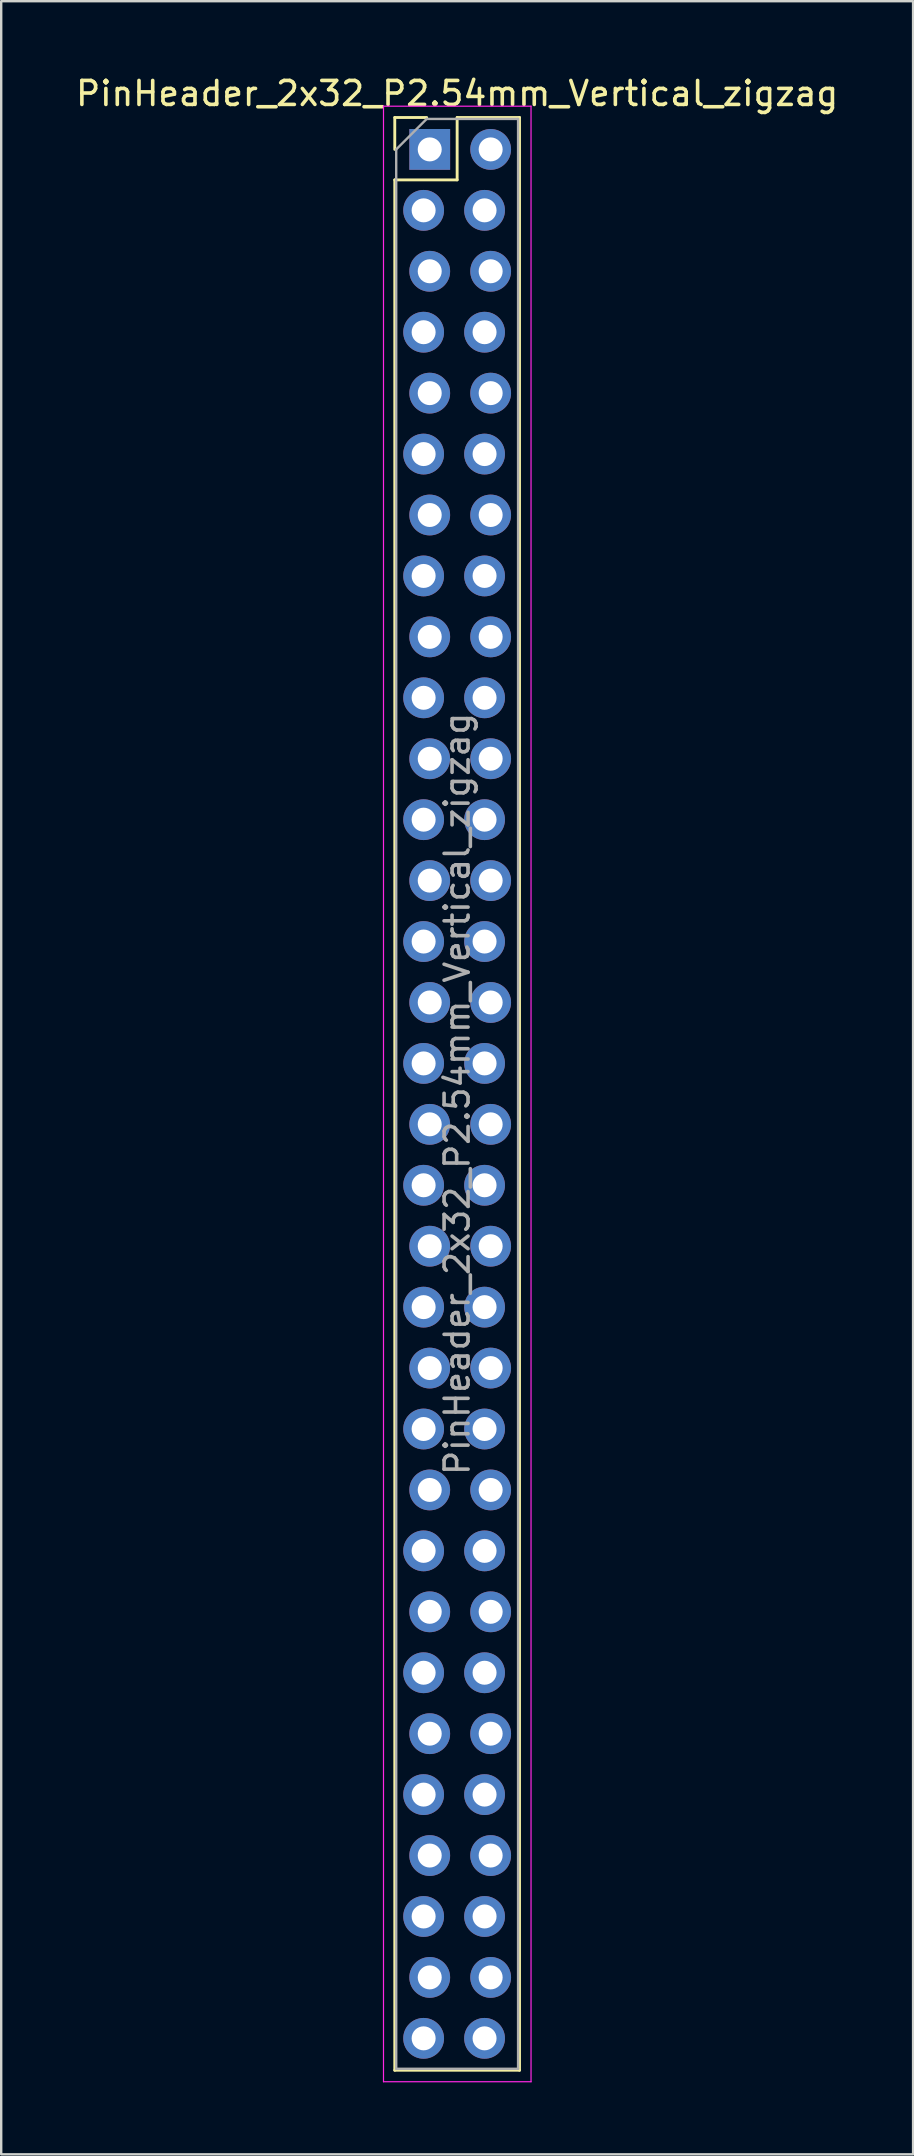
<source format=kicad_pcb>
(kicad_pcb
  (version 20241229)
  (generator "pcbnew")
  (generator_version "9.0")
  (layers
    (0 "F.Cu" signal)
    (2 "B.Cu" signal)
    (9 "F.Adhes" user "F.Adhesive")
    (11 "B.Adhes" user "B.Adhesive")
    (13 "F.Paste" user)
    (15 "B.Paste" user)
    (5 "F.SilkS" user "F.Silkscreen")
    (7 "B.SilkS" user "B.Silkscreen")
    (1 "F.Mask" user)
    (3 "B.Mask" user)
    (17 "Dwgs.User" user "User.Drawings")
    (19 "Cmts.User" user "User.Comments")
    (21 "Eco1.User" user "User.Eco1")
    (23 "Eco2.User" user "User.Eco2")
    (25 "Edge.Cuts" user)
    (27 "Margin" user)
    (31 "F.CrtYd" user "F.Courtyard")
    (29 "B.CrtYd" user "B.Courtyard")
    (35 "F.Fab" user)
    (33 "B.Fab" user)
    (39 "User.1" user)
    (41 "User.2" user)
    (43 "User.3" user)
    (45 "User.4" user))
  (footprint "PinHeader_2x32_P2.54mm_Vertical_zigzag"
    (layer "F.Cu")
    (at 14.736 3.178)
    (property "Reference" "PinHeader_2x32_P2.54mm_Vertical_zigzag" (at 1.27 -2.33 0) (layer "F.SilkS") (effects (font (size 1 1) (thickness 0.15))))
    (attr through_hole)
    (fp_line (start -1.33 -1.33) (end 0 -1.33) (stroke (width 0.12) (type solid)) (layer "F.SilkS"))
    (fp_line (start -1.33 0) (end -1.33 -1.33) (stroke (width 0.12) (type solid)) (layer "F.SilkS"))
    (fp_line (start -1.33 1.27) (end -1.33 80.07) (stroke (width 0.12) (type solid)) (layer "F.SilkS"))
    (fp_line (start -1.33 1.27) (end 1.27 1.27) (stroke (width 0.12) (type solid)) (layer "F.SilkS"))
    (fp_line (start -1.33 80.07) (end 3.87 80.07) (stroke (width 0.12) (type solid)) (layer "F.SilkS"))
    (fp_line (start 1.27 -1.33) (end 3.87 -1.33) (stroke (width 0.12) (type solid)) (layer "F.SilkS"))
    (fp_line (start 1.27 1.27) (end 1.27 -1.33) (stroke (width 0.12) (type solid)) (layer "F.SilkS"))
    (fp_line (start 3.87 -1.33) (end 3.87 80.07) (stroke (width 0.12) (type solid)) (layer "F.SilkS"))
    (fp_line (start -1.8 -1.8) (end -1.8 80.55) (stroke (width 0.05) (type solid)) (layer "F.CrtYd"))
    (fp_line (start -1.8 80.55) (end 4.35 80.55) (stroke (width 0.05) (type solid)) (layer "F.CrtYd"))
    (fp_line (start 4.35 -1.8) (end -1.8 -1.8) (stroke (width 0.05) (type solid)) (layer "F.CrtYd"))
    (fp_line (start 4.35 80.55) (end 4.35 -1.8) (stroke (width 0.05) (type solid)) (layer "F.CrtYd"))
    (fp_line (start -1.27 0) (end 0 -1.27) (stroke (width 0.1) (type solid)) (layer "F.Fab"))
    (fp_line (start -1.27 80.01) (end -1.27 0) (stroke (width 0.1) (type solid)) (layer "F.Fab"))
    (fp_line (start 0 -1.27) (end 3.81 -1.27) (stroke (width 0.1) (type solid)) (layer "F.Fab"))
    (fp_line (start 3.81 -1.27) (end 3.81 80.01) (stroke (width 0.1) (type solid)) (layer "F.Fab"))
    (fp_line (start 3.81 80.01) (end -1.27 80.01) (stroke (width 0.1) (type solid)) (layer "F.Fab"))
    (fp_text user "${REFERENCE}" (at 1.27 39.37 90) (layer "F.Fab") (effects (font (size 1 1) (thickness 0.15))))
    (pad "1" thru_hole rect (at 0.127 0) (size 1.7 1.7) (drill 1) (layers "*.Cu" "*.Mask"))
    (pad "2" thru_hole oval (at 2.667 0) (size 1.7 1.7) (drill 1) (layers "*.Cu" "*.Mask"))
    (pad "3" thru_hole oval (at -0.127 2.54) (size 1.7 1.7) (drill 1) (layers "*.Cu" "*.Mask"))
    (pad "4" thru_hole oval (at 2.413 2.54) (size 1.7 1.7) (drill 1) (layers "*.Cu" "*.Mask"))
    (pad "5" thru_hole oval (at 0.127 5.08) (size 1.7 1.7) (drill 1) (layers "*.Cu" "*.Mask"))
    (pad "6" thru_hole oval (at 2.667 5.08) (size 1.7 1.7) (drill 1) (layers "*.Cu" "*.Mask"))
    (pad "7" thru_hole oval (at -0.127 7.62) (size 1.7 1.7) (drill 1) (layers "*.Cu" "*.Mask"))
    (pad "8" thru_hole oval (at 2.413 7.62) (size 1.7 1.7) (drill 1) (layers "*.Cu" "*.Mask"))
    (pad "9" thru_hole oval (at 0.127 10.16) (size 1.7 1.7) (drill 1) (layers "*.Cu" "*.Mask"))
    (pad "10" thru_hole oval (at 2.667 10.16) (size 1.7 1.7) (drill 1) (layers "*.Cu" "*.Mask"))
    (pad "11" thru_hole oval (at -0.127 12.7) (size 1.7 1.7) (drill 1) (layers "*.Cu" "*.Mask"))
    (pad "12" thru_hole oval (at 2.413 12.7) (size 1.7 1.7) (drill 1) (layers "*.Cu" "*.Mask"))
    (pad "13" thru_hole oval (at 0.127 15.24) (size 1.7 1.7) (drill 1) (layers "*.Cu" "*.Mask"))
    (pad "14" thru_hole oval (at 2.667 15.24) (size 1.7 1.7) (drill 1) (layers "*.Cu" "*.Mask"))
    (pad "15" thru_hole oval (at -0.127 17.78) (size 1.7 1.7) (drill 1) (layers "*.Cu" "*.Mask"))
    (pad "16" thru_hole oval (at 2.413 17.78) (size 1.7 1.7) (drill 1) (layers "*.Cu" "*.Mask"))
    (pad "17" thru_hole oval (at 0.127 20.32) (size 1.7 1.7) (drill 1) (layers "*.Cu" "*.Mask"))
    (pad "18" thru_hole oval (at 2.667 20.32) (size 1.7 1.7) (drill 1) (layers "*.Cu" "*.Mask"))
    (pad "19" thru_hole oval (at -0.127 22.86) (size 1.7 1.7) (drill 1) (layers "*.Cu" "*.Mask"))
    (pad "20" thru_hole oval (at 2.413 22.86) (size 1.7 1.7) (drill 1) (layers "*.Cu" "*.Mask"))
    (pad "21" thru_hole oval (at 0.127 25.4) (size 1.7 1.7) (drill 1) (layers "*.Cu" "*.Mask"))
    (pad "22" thru_hole oval (at 2.667 25.4) (size 1.7 1.7) (drill 1) (layers "*.Cu" "*.Mask"))
    (pad "23" thru_hole oval (at -0.127 27.94) (size 1.7 1.7) (drill 1) (layers "*.Cu" "*.Mask"))
    (pad "24" thru_hole oval (at 2.413 27.94) (size 1.7 1.7) (drill 1) (layers "*.Cu" "*.Mask"))
    (pad "25" thru_hole oval (at 0.127 30.48) (size 1.7 1.7) (drill 1) (layers "*.Cu" "*.Mask"))
    (pad "26" thru_hole oval (at 2.667 30.48) (size 1.7 1.7) (drill 1) (layers "*.Cu" "*.Mask"))
    (pad "27" thru_hole oval (at -0.127 33.02) (size 1.7 1.7) (drill 1) (layers "*.Cu" "*.Mask"))
    (pad "28" thru_hole oval (at 2.413 33.02) (size 1.7 1.7) (drill 1) (layers "*.Cu" "*.Mask"))
    (pad "29" thru_hole oval (at 0.127 35.56) (size 1.7 1.7) (drill 1) (layers "*.Cu" "*.Mask"))
    (pad "30" thru_hole oval (at 2.667 35.56) (size 1.7 1.7) (drill 1) (layers "*.Cu" "*.Mask"))
    (pad "31" thru_hole oval (at -0.127 38.1) (size 1.7 1.7) (drill 1) (layers "*.Cu" "*.Mask"))
    (pad "32" thru_hole oval (at 2.413 38.1) (size 1.7 1.7) (drill 1) (layers "*.Cu" "*.Mask"))
    (pad "33" thru_hole oval (at 0.127 40.64) (size 1.7 1.7) (drill 1) (layers "*.Cu" "*.Mask"))
    (pad "34" thru_hole oval (at 2.667 40.64) (size 1.7 1.7) (drill 1) (layers "*.Cu" "*.Mask"))
    (pad "35" thru_hole oval (at -0.127 43.18) (size 1.7 1.7) (drill 1) (layers "*.Cu" "*.Mask"))
    (pad "36" thru_hole oval (at 2.413 43.18) (size 1.7 1.7) (drill 1) (layers "*.Cu" "*.Mask"))
    (pad "37" thru_hole oval (at 0.127 45.72) (size 1.7 1.7) (drill 1) (layers "*.Cu" "*.Mask"))
    (pad "38" thru_hole oval (at 2.667 45.72) (size 1.7 1.7) (drill 1) (layers "*.Cu" "*.Mask"))
    (pad "39" thru_hole oval (at -0.127 48.26) (size 1.7 1.7) (drill 1) (layers "*.Cu" "*.Mask"))
    (pad "40" thru_hole oval (at 2.413 48.26) (size 1.7 1.7) (drill 1) (layers "*.Cu" "*.Mask"))
    (pad "41" thru_hole oval (at 0.127 50.8) (size 1.7 1.7) (drill 1) (layers "*.Cu" "*.Mask"))
    (pad "42" thru_hole oval (at 2.667 50.8) (size 1.7 1.7) (drill 1) (layers "*.Cu" "*.Mask"))
    (pad "43" thru_hole oval (at -0.127 53.34) (size 1.7 1.7) (drill 1) (layers "*.Cu" "*.Mask"))
    (pad "44" thru_hole oval (at 2.413 53.34) (size 1.7 1.7) (drill 1) (layers "*.Cu" "*.Mask"))
    (pad "45" thru_hole oval (at 0.127 55.88) (size 1.7 1.7) (drill 1) (layers "*.Cu" "*.Mask"))
    (pad "46" thru_hole oval (at 2.667 55.88) (size 1.7 1.7) (drill 1) (layers "*.Cu" "*.Mask"))
    (pad "47" thru_hole oval (at -0.127 58.42) (size 1.7 1.7) (drill 1) (layers "*.Cu" "*.Mask"))
    (pad "48" thru_hole oval (at 2.413 58.42) (size 1.7 1.7) (drill 1) (layers "*.Cu" "*.Mask"))
    (pad "49" thru_hole oval (at 0.127 60.96) (size 1.7 1.7) (drill 1) (layers "*.Cu" "*.Mask"))
    (pad "50" thru_hole oval (at 2.667 60.96) (size 1.7 1.7) (drill 1) (layers "*.Cu" "*.Mask"))
    (pad "51" thru_hole oval (at -0.127 63.5) (size 1.7 1.7) (drill 1) (layers "*.Cu" "*.Mask"))
    (pad "52" thru_hole oval (at 2.413 63.5) (size 1.7 1.7) (drill 1) (layers "*.Cu" "*.Mask"))
    (pad "53" thru_hole oval (at 0.127 66.04) (size 1.7 1.7) (drill 1) (layers "*.Cu" "*.Mask"))
    (pad "54" thru_hole oval (at 2.667 66.04) (size 1.7 1.7) (drill 1) (layers "*.Cu" "*.Mask"))
    (pad "55" thru_hole oval (at -0.127 68.58) (size 1.7 1.7) (drill 1) (layers "*.Cu" "*.Mask"))
    (pad "56" thru_hole oval (at 2.413 68.58) (size 1.7 1.7) (drill 1) (layers "*.Cu" "*.Mask"))
    (pad "57" thru_hole oval (at 0.127 71.12) (size 1.7 1.7) (drill 1) (layers "*.Cu" "*.Mask"))
    (pad "58" thru_hole oval (at 2.667 71.12) (size 1.7 1.7) (drill 1) (layers "*.Cu" "*.Mask"))
    (pad "59" thru_hole oval (at -0.127 73.66) (size 1.7 1.7) (drill 1) (layers "*.Cu" "*.Mask"))
    (pad "60" thru_hole oval (at 2.413 73.66) (size 1.7 1.7) (drill 1) (layers "*.Cu" "*.Mask"))
    (pad "61" thru_hole oval (at 0.127 76.2) (size 1.7 1.7) (drill 1) (layers "*.Cu" "*.Mask"))
    (pad "62" thru_hole oval (at 2.667 76.2) (size 1.7 1.7) (drill 1) (layers "*.Cu" "*.Mask"))
    (pad "63" thru_hole oval (at -0.127 78.74) (size 1.7 1.7) (drill 1) (layers "*.Cu" "*.Mask"))
    (pad "64" thru_hole oval (at 2.413 78.74) (size 1.7 1.7) (drill 1) (layers "*.Cu" "*.Mask")))
  (gr_rect
    (start -3 -3)
    (end 35.012 86.753)
    (stroke (width 0.1) (type default))
    (fill no)
    (layer "Edge.Cuts")))
</source>
